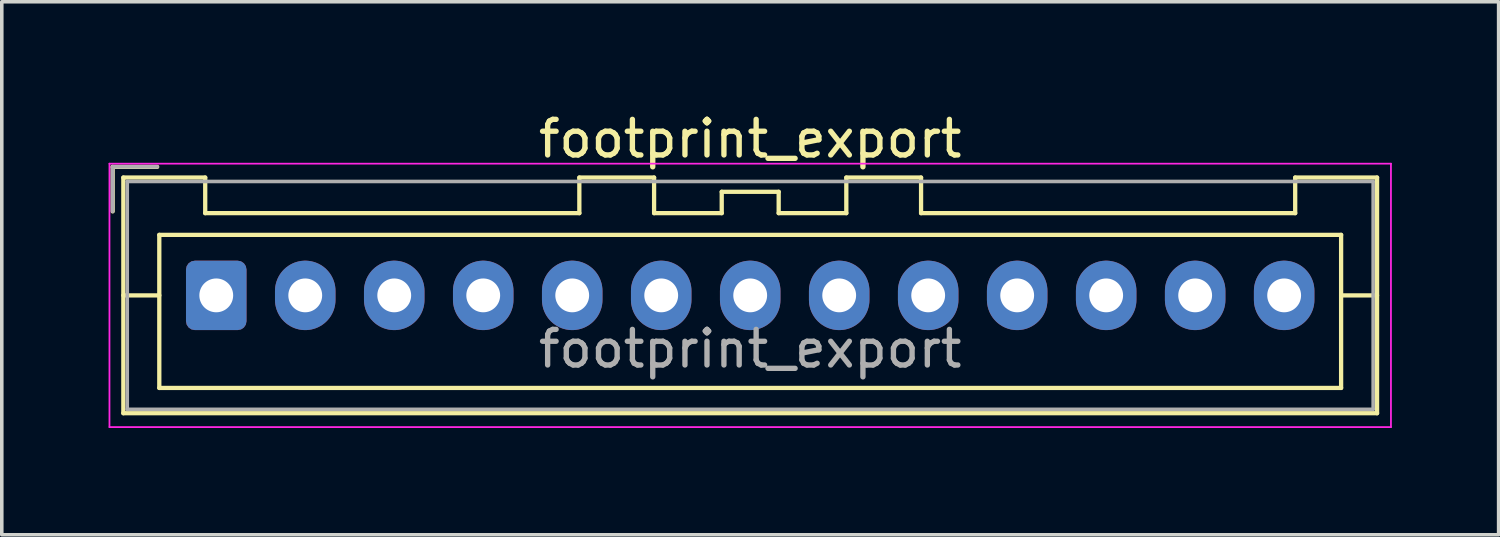
<source format=kicad_pcb>
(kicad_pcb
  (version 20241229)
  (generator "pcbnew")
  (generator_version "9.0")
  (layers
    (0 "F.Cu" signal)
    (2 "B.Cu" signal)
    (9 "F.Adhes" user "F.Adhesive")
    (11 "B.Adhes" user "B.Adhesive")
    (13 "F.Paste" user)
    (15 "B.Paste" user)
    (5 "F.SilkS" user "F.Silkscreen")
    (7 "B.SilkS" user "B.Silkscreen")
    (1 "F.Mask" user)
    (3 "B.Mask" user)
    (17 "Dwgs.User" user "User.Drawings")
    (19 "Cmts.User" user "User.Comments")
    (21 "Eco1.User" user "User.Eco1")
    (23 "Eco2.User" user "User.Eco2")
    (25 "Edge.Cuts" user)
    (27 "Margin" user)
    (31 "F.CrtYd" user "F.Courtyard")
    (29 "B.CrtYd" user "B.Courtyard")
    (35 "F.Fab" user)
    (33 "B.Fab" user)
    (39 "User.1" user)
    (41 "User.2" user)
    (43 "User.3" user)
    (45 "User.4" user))
  (footprint "footprint_export"
    (layer "F.Cu")
    (at 3.025 5.248)
    (property "Reference" "footprint_export" (at 15 -4.4 0) (layer "F.SilkS") (effects (font (size 1 1) (thickness 0.15))))
    (attr through_hole)
    (fp_line (start -2.91 -3.61) (end -2.91 -2.36) (stroke (width 0.12) (type solid)) (layer "F.SilkS"))
    (fp_line (start -2.61 -3.31) (end -2.61 3.31) (stroke (width 0.12) (type solid)) (layer "F.SilkS"))
    (fp_line (start -2.61 0) (end -1.6 0) (stroke (width 0.12) (type solid)) (layer "F.SilkS"))
    (fp_line (start -2.61 3.31) (end 32.61 3.31) (stroke (width 0.12) (type solid)) (layer "F.SilkS"))
    (fp_line (start -1.66 -3.61) (end -2.91 -3.61) (stroke (width 0.12) (type solid)) (layer "F.SilkS"))
    (fp_line (start -1.6 -1.7) (end -1.6 2.6) (stroke (width 0.12) (type solid)) (layer "F.SilkS"))
    (fp_line (start -1.6 2.6) (end 31.6 2.6) (stroke (width 0.12) (type solid)) (layer "F.SilkS"))
    (fp_line (start -0.31 -3.31) (end -2.61 -3.31) (stroke (width 0.12) (type solid)) (layer "F.SilkS"))
    (fp_line (start -0.31 -2.31) (end -0.31 -3.31) (stroke (width 0.12) (type solid)) (layer "F.SilkS"))
    (fp_line (start 10.2 -3.31) (end 10.2 -2.31) (stroke (width 0.12) (type solid)) (layer "F.SilkS"))
    (fp_line (start 10.2 -2.31) (end -0.31 -2.31) (stroke (width 0.12) (type solid)) (layer "F.SilkS"))
    (fp_line (start 12.3 -3.31) (end 10.2 -3.31) (stroke (width 0.12) (type solid)) (layer "F.SilkS"))
    (fp_line (start 12.3 -2.31) (end 12.3 -3.31) (stroke (width 0.12) (type solid)) (layer "F.SilkS"))
    (fp_line (start 14.2 -2.91) (end 14.2 -2.31) (stroke (width 0.12) (type solid)) (layer "F.SilkS"))
    (fp_line (start 14.2 -2.31) (end 12.3 -2.31) (stroke (width 0.12) (type solid)) (layer "F.SilkS"))
    (fp_line (start 15.8 -2.91) (end 14.2 -2.91) (stroke (width 0.12) (type solid)) (layer "F.SilkS"))
    (fp_line (start 15.8 -2.31) (end 15.8 -2.91) (stroke (width 0.12) (type solid)) (layer "F.SilkS"))
    (fp_line (start 17.7 -3.31) (end 17.7 -2.31) (stroke (width 0.12) (type solid)) (layer "F.SilkS"))
    (fp_line (start 17.7 -2.31) (end 15.8 -2.31) (stroke (width 0.12) (type solid)) (layer "F.SilkS"))
    (fp_line (start 19.8 -3.31) (end 17.7 -3.31) (stroke (width 0.12) (type solid)) (layer "F.SilkS"))
    (fp_line (start 19.8 -2.31) (end 19.8 -3.31) (stroke (width 0.12) (type solid)) (layer "F.SilkS"))
    (fp_line (start 30.31 -3.31) (end 30.31 -2.31) (stroke (width 0.12) (type solid)) (layer "F.SilkS"))
    (fp_line (start 30.31 -2.31) (end 19.8 -2.31) (stroke (width 0.12) (type solid)) (layer "F.SilkS"))
    (fp_line (start 31.6 -1.7) (end -1.6 -1.7) (stroke (width 0.12) (type solid)) (layer "F.SilkS"))
    (fp_line (start 31.6 2.6) (end 31.6 -1.7) (stroke (width 0.12) (type solid)) (layer "F.SilkS"))
    (fp_line (start 32.61 -3.31) (end 30.31 -3.31) (stroke (width 0.12) (type solid)) (layer "F.SilkS"))
    (fp_line (start 32.61 0) (end 31.6 0) (stroke (width 0.12) (type solid)) (layer "F.SilkS"))
    (fp_line (start 32.61 3.31) (end 32.61 -3.31) (stroke (width 0.12) (type solid)) (layer "F.SilkS"))
    (fp_line (start -3 -3.7) (end -3 3.7) (stroke (width 0.05) (type solid)) (layer "F.CrtYd"))
    (fp_line (start -3 3.7) (end 33 3.7) (stroke (width 0.05) (type solid)) (layer "F.CrtYd"))
    (fp_line (start 33 -3.7) (end -3 -3.7) (stroke (width 0.05) (type solid)) (layer "F.CrtYd"))
    (fp_line (start 33 3.7) (end 33 -3.7) (stroke (width 0.05) (type solid)) (layer "F.CrtYd"))
    (fp_line (start -2.91 -3.61) (end -2.91 -2.36) (stroke (width 0.1) (type solid)) (layer "F.Fab"))
    (fp_line (start -2.5 -3.2) (end -2.5 3.2) (stroke (width 0.1) (type solid)) (layer "F.Fab"))
    (fp_line (start -2.5 3.2) (end 32.5 3.2) (stroke (width 0.1) (type solid)) (layer "F.Fab"))
    (fp_line (start -1.66 -3.61) (end -2.91 -3.61) (stroke (width 0.1) (type solid)) (layer "F.Fab"))
    (fp_line (start 32.5 -3.2) (end -2.5 -3.2) (stroke (width 0.1) (type solid)) (layer "F.Fab"))
    (fp_line (start 32.5 3.2) (end 32.5 -3.2) (stroke (width 0.1) (type solid)) (layer "F.Fab"))
    (fp_text user "${REFERENCE}" (at 15 1.5 0) (layer "F.Fab") (effects (font (size 1 1) (thickness 0.15))))
    (pad "1" thru_hole roundrect (at 0 0) (size 1.7 1.95) (drill 0.95) (layers "*.Cu" "*.Mask") (roundrect_rratio 0.147))
    (pad "2" thru_hole oval (at 2.5 0) (size 1.7 1.95) (drill 0.95) (layers "*.Cu" "*.Mask"))
    (pad "3" thru_hole oval (at 5 0) (size 1.7 1.95) (drill 0.95) (layers "*.Cu" "*.Mask"))
    (pad "4" thru_hole oval (at 7.5 0) (size 1.7 1.95) (drill 0.95) (layers "*.Cu" "*.Mask"))
    (pad "5" thru_hole oval (at 10 0) (size 1.7 1.95) (drill 0.95) (layers "*.Cu" "*.Mask"))
    (pad "6" thru_hole oval (at 12.5 0) (size 1.7 1.95) (drill 0.95) (layers "*.Cu" "*.Mask"))
    (pad "7" thru_hole oval (at 15 0) (size 1.7 1.95) (drill 0.95) (layers "*.Cu" "*.Mask"))
    (pad "8" thru_hole oval (at 17.5 0) (size 1.7 1.95) (drill 0.95) (layers "*.Cu" "*.Mask"))
    (pad "9" thru_hole oval (at 20 0) (size 1.7 1.95) (drill 0.95) (layers "*.Cu" "*.Mask"))
    (pad "10" thru_hole oval (at 22.5 0) (size 1.7 1.95) (drill 0.95) (layers "*.Cu" "*.Mask"))
    (pad "11" thru_hole oval (at 25 0) (size 1.7 1.95) (drill 0.95) (layers "*.Cu" "*.Mask"))
    (pad "12" thru_hole oval (at 27.5 0) (size 1.7 1.95) (drill 0.95) (layers "*.Cu" "*.Mask"))
    (pad "13" thru_hole oval (at 30 0) (size 1.7 1.95) (drill 0.95) (layers "*.Cu" "*.Mask")))
  (gr_rect
    (start -3 -3)
    (end 39.05 11.973)
    (stroke (width 0.1) (type default))
    (fill no)
    (layer "Edge.Cuts")))
</source>
